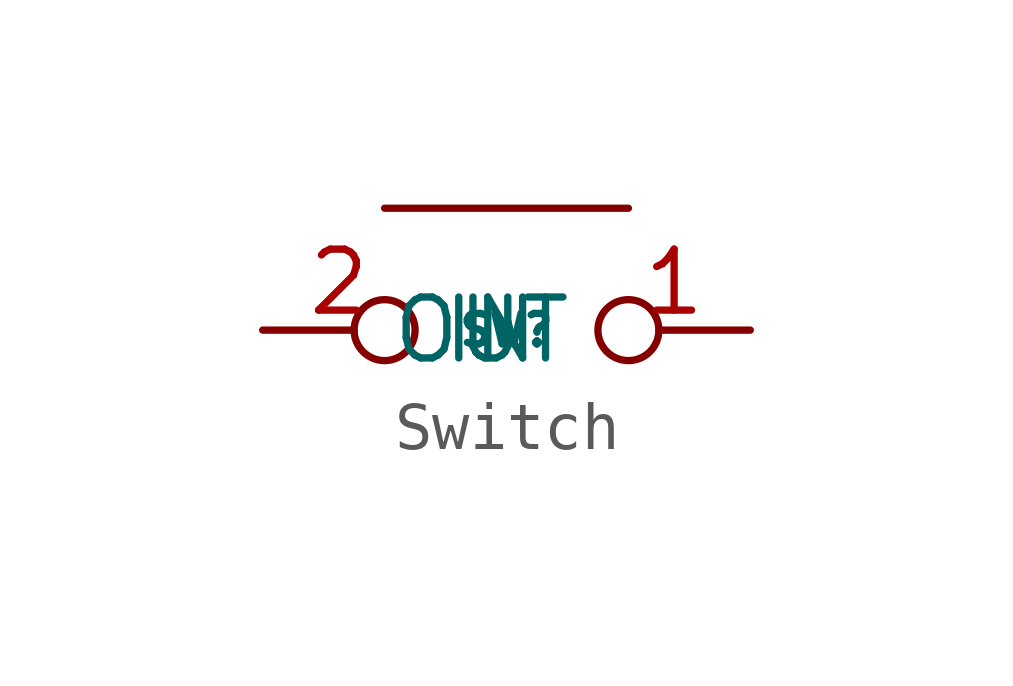
<source format=kicad_sym>
(kicad_symbol_lib
  (version 20231120)
  (generator "kicad_symbol_editor")
  (generator_version "8.0")
  (symbol "Switch"
    (property "Reference" "SW"
      (at 0 0 0)
      (effects (font (size 0.635 0.635))))
    (property "Value" ""
      (at 0 0 0)
      (effects (font (size 1.27 1.27))))
    (symbol "Switch_0_1"
      (polyline (pts (xy 2.54 2.54) (xy -2.54 2.54)) (stroke (width 0) (type default)) (fill (type none))))
    (symbol "Switch_1_1"
      (pin passive inverted (at 5.08 0 180) (length 3.175) (name "OUT" (effects (font (size 1.27 1.27)))) (number "1" (effects (font (size 1.27 1.27)))))
      (pin passive inverted (at -5.08 0 0) (length 3.175) (name "IN" (effects (font (size 1.27 1.27)))) (number "2" (effects (font (size 1.27 1.27))))))))
</source>
